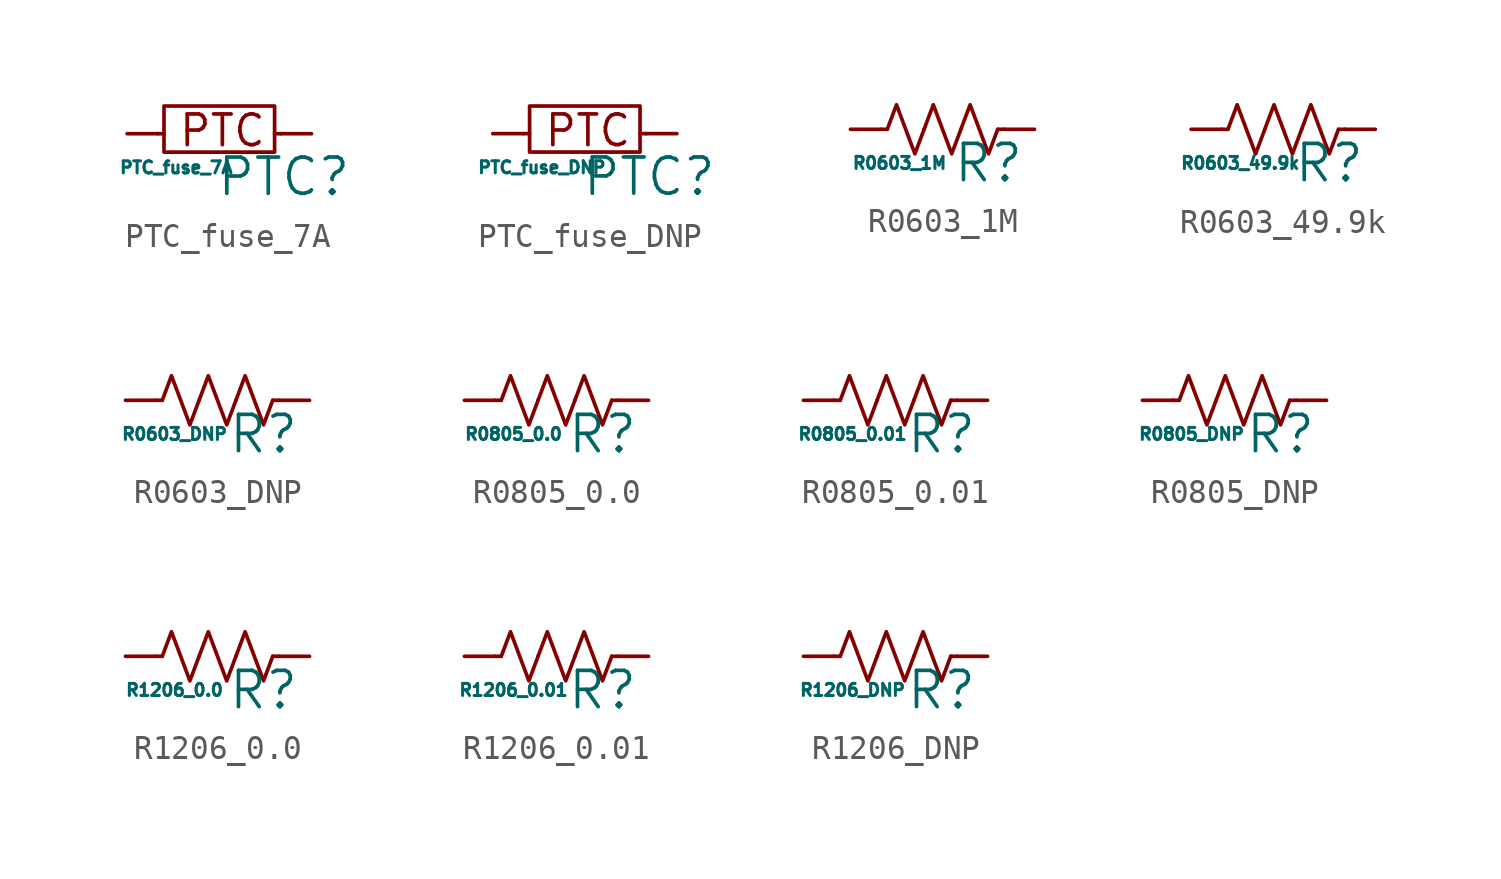
<source format=kicad_sym>
(kicad_symbol_lib
  (version 20211014)
  (generator kicad_symbol_editor)
  (symbol "PTC_fuse_7A"
    (pin_numbers hide)
    (pin_names
      (offset 0))
    (property "Reference" "PTC"
      (at 2.667 -1.778 0)
      (effects (font (size 1.5 1.5))))
    (property "Value" "PTC_fuse_7A"
      (at -1.778 -1.397 0)
      (effects (font (size 0.5 0.5))))
    (symbol "PTC_fuse_7A_0_0"
      (polyline (pts (xy -2.286 0) (xy -2.286 1.016) (xy -2.286 1.143) (xy 2.286 1.143) (xy 2.286 -0.762) (xy -2.286 -0.762) (xy -2.286 0)) (stroke (width 0) (type default) (color 0 0 0 0)) (fill (type none)))
      (text "PTC" (at 0.127 0.127 0) (effects (font (size 1.27 1.27)))))
    (symbol "PTC_fuse_7A_0_1"
      (polyline (pts (xy -2.286 0) (xy -2.54 0)) (stroke (width 0) (type default) (color 0 0 0 0)) (fill (type none)))
      (polyline (pts (xy 2.286 0) (xy 2.54 0)) (stroke (width 0) (type default) (color 0 0 0 0)) (fill (type none))))
    (symbol "PTC_fuse_7A_1_1"
      (pin passive line (at -3.81 0 0) (length 1.27) (name "~" (effects (font (size 1.27 1.27)))) (number "1" (effects (font (size 1.27 1.27)))))
      (pin passive line (at 3.81 0 180) (length 1.27) (name "~" (effects (font (size 1.27 1.27)))) (number "2" (effects (font (size 1.27 1.27)))))))
  (symbol "PTC_fuse_DNP"
    (pin_numbers hide)
    (pin_names
      (offset 0))
    (property "Reference" "PTC"
      (at 2.667 -1.778 0)
      (effects (font (size 1.5 1.5))))
    (property "Value" "PTC_fuse_DNP"
      (at -1.778 -1.397 0)
      (effects (font (size 0.5 0.5))))
    (symbol "PTC_fuse_DNP_0_0"
      (polyline (pts (xy -2.286 0) (xy -2.286 1.016) (xy -2.286 1.143) (xy 2.286 1.143) (xy 2.286 -0.762) (xy -2.286 -0.762) (xy -2.286 0)) (stroke (width 0) (type default) (color 0 0 0 0)) (fill (type none)))
      (text "PTC" (at 0.127 0.127 0) (effects (font (size 1.27 1.27)))))
    (symbol "PTC_fuse_DNP_0_1"
      (polyline (pts (xy -2.286 0) (xy -2.54 0)) (stroke (width 0) (type default) (color 0 0 0 0)) (fill (type none)))
      (polyline (pts (xy 2.286 0) (xy 2.54 0)) (stroke (width 0) (type default) (color 0 0 0 0)) (fill (type none))))
    (symbol "PTC_fuse_DNP_1_1"
      (pin passive line (at -3.81 0 0) (length 1.27) (name "~" (effects (font (size 1.27 1.27)))) (number "1" (effects (font (size 1.27 1.27)))))
      (pin passive line (at 3.81 0 180) (length 1.27) (name "~" (effects (font (size 1.27 1.27)))) (number "2" (effects (font (size 1.27 1.27)))))))
  (symbol "R0603_1M"
    (pin_numbers hide)
    (pin_names
      (offset 0))
    (property "Reference" "R"
      (at 1.905 -1.397 0)
      (effects (font (size 1.5 1.5))))
    (property "Value" "R0603_1M"
      (at -1.778 -1.397 0)
      (effects (font (size 0.5 0.5))))
    (symbol "R0603_1M_0_1"
      (polyline (pts (xy -2.286 0) (xy -2.54 0)) (stroke (width 0) (type default) (color 0 0 0 0)) (fill (type none)))
      (polyline (pts (xy 2.286 0) (xy 2.54 0)) (stroke (width 0) (type default) (color 0 0 0 0)) (fill (type none)))
      (polyline (pts (xy -2.286 0) (xy -1.905 1.016) (xy -1.524 0) (xy -1.143 -1.016) (xy -0.762 0)) (stroke (width 0) (type default) (color 0 0 0 0)) (fill (type none)))
      (polyline (pts (xy -0.762 0) (xy -0.381 1.016) (xy 0 0) (xy 0.381 -1.016) (xy 0.762 0)) (stroke (width 0) (type default) (color 0 0 0 0)) (fill (type none)))
      (polyline (pts (xy 0.762 0) (xy 1.143 1.016) (xy 1.524 0) (xy 1.905 -1.016) (xy 2.286 0)) (stroke (width 0) (type default) (color 0 0 0 0)) (fill (type none))))
    (symbol "R0603_1M_1_1"
      (pin passive line (at -3.81 0 0) (length 1.27) (name "~" (effects (font (size 1.27 1.27)))) (number "1" (effects (font (size 1.27 1.27)))))
      (pin passive line (at 3.81 0 180) (length 1.27) (name "~" (effects (font (size 1.27 1.27)))) (number "2" (effects (font (size 1.27 1.27)))))))
  (symbol "R0603_49.9k"
    (pin_numbers hide)
    (pin_names
      (offset 0))
    (property "Reference" "R"
      (at 1.905 -1.397 0)
      (effects (font (size 1.5 1.5))))
    (property "Value" "R0603_49.9k"
      (at -1.778 -1.397 0)
      (effects (font (size 0.5 0.5))))
    (symbol "R0603_49.9k_0_1"
      (polyline (pts (xy -2.286 0) (xy -2.54 0)) (stroke (width 0) (type default) (color 0 0 0 0)) (fill (type none)))
      (polyline (pts (xy 2.286 0) (xy 2.54 0)) (stroke (width 0) (type default) (color 0 0 0 0)) (fill (type none)))
      (polyline (pts (xy -2.286 0) (xy -1.905 1.016) (xy -1.524 0) (xy -1.143 -1.016) (xy -0.762 0)) (stroke (width 0) (type default) (color 0 0 0 0)) (fill (type none)))
      (polyline (pts (xy -0.762 0) (xy -0.381 1.016) (xy 0 0) (xy 0.381 -1.016) (xy 0.762 0)) (stroke (width 0) (type default) (color 0 0 0 0)) (fill (type none)))
      (polyline (pts (xy 0.762 0) (xy 1.143 1.016) (xy 1.524 0) (xy 1.905 -1.016) (xy 2.286 0)) (stroke (width 0) (type default) (color 0 0 0 0)) (fill (type none))))
    (symbol "R0603_49.9k_1_1"
      (pin passive line (at -3.81 0 0) (length 1.27) (name "~" (effects (font (size 1.27 1.27)))) (number "1" (effects (font (size 1.27 1.27)))))
      (pin passive line (at 3.81 0 180) (length 1.27) (name "~" (effects (font (size 1.27 1.27)))) (number "2" (effects (font (size 1.27 1.27)))))))
  (symbol "R0603_DNP"
    (pin_numbers hide)
    (pin_names
      (offset 0))
    (property "Reference" "R"
      (at 1.905 -1.397 0)
      (effects (font (size 1.5 1.5))))
    (property "Value" "R0603_DNP"
      (at -1.778 -1.397 0)
      (effects (font (size 0.5 0.5))))
    (symbol "R0603_DNP_0_1"
      (polyline (pts (xy -2.286 0) (xy -2.54 0)) (stroke (width 0) (type default) (color 0 0 0 0)) (fill (type none)))
      (polyline (pts (xy 2.286 0) (xy 2.54 0)) (stroke (width 0) (type default) (color 0 0 0 0)) (fill (type none)))
      (polyline (pts (xy -2.286 0) (xy -1.905 1.016) (xy -1.524 0) (xy -1.143 -1.016) (xy -0.762 0)) (stroke (width 0) (type default) (color 0 0 0 0)) (fill (type none)))
      (polyline (pts (xy -0.762 0) (xy -0.381 1.016) (xy 0 0) (xy 0.381 -1.016) (xy 0.762 0)) (stroke (width 0) (type default) (color 0 0 0 0)) (fill (type none)))
      (polyline (pts (xy 0.762 0) (xy 1.143 1.016) (xy 1.524 0) (xy 1.905 -1.016) (xy 2.286 0)) (stroke (width 0) (type default) (color 0 0 0 0)) (fill (type none))))
    (symbol "R0603_DNP_1_1"
      (pin passive line (at -3.81 0 0) (length 1.27) (name "~" (effects (font (size 1.27 1.27)))) (number "1" (effects (font (size 1.27 1.27)))))
      (pin passive line (at 3.81 0 180) (length 1.27) (name "~" (effects (font (size 1.27 1.27)))) (number "2" (effects (font (size 1.27 1.27)))))))
  (symbol "R0805_0.0"
    (pin_numbers hide)
    (pin_names
      (offset 0))
    (property "Reference" "R"
      (at 1.905 -1.397 0)
      (effects (font (size 1.5 1.5))))
    (property "Value" "R0805_0.0"
      (at -1.778 -1.397 0)
      (effects (font (size 0.5 0.5))))
    (symbol "R0805_0.0_0_1"
      (polyline (pts (xy -2.286 0) (xy -2.54 0)) (stroke (width 0) (type default) (color 0 0 0 0)) (fill (type none)))
      (polyline (pts (xy 2.286 0) (xy 2.54 0)) (stroke (width 0) (type default) (color 0 0 0 0)) (fill (type none)))
      (polyline (pts (xy -2.286 0) (xy -1.905 1.016) (xy -1.524 0) (xy -1.143 -1.016) (xy -0.762 0)) (stroke (width 0) (type default) (color 0 0 0 0)) (fill (type none)))
      (polyline (pts (xy -0.762 0) (xy -0.381 1.016) (xy 0 0) (xy 0.381 -1.016) (xy 0.762 0)) (stroke (width 0) (type default) (color 0 0 0 0)) (fill (type none)))
      (polyline (pts (xy 0.762 0) (xy 1.143 1.016) (xy 1.524 0) (xy 1.905 -1.016) (xy 2.286 0)) (stroke (width 0) (type default) (color 0 0 0 0)) (fill (type none))))
    (symbol "R0805_0.0_1_1"
      (pin passive line (at -3.81 0 0) (length 1.27) (name "~" (effects (font (size 1.27 1.27)))) (number "1" (effects (font (size 1.27 1.27)))))
      (pin passive line (at 3.81 0 180) (length 1.27) (name "~" (effects (font (size 1.27 1.27)))) (number "2" (effects (font (size 1.27 1.27)))))))
  (symbol "R0805_0.01"
    (pin_numbers hide)
    (pin_names
      (offset 0))
    (property "Reference" "R"
      (at 1.905 -1.397 0)
      (effects (font (size 1.5 1.5))))
    (property "Value" "R0805_0.01"
      (at -1.778 -1.397 0)
      (effects (font (size 0.5 0.5))))
    (symbol "R0805_0.01_0_1"
      (polyline (pts (xy -2.286 0) (xy -2.54 0)) (stroke (width 0) (type default) (color 0 0 0 0)) (fill (type none)))
      (polyline (pts (xy 2.286 0) (xy 2.54 0)) (stroke (width 0) (type default) (color 0 0 0 0)) (fill (type none)))
      (polyline (pts (xy -2.286 0) (xy -1.905 1.016) (xy -1.524 0) (xy -1.143 -1.016) (xy -0.762 0)) (stroke (width 0) (type default) (color 0 0 0 0)) (fill (type none)))
      (polyline (pts (xy -0.762 0) (xy -0.381 1.016) (xy 0 0) (xy 0.381 -1.016) (xy 0.762 0)) (stroke (width 0) (type default) (color 0 0 0 0)) (fill (type none)))
      (polyline (pts (xy 0.762 0) (xy 1.143 1.016) (xy 1.524 0) (xy 1.905 -1.016) (xy 2.286 0)) (stroke (width 0) (type default) (color 0 0 0 0)) (fill (type none))))
    (symbol "R0805_0.01_1_1"
      (pin passive line (at -3.81 0 0) (length 1.27) (name "~" (effects (font (size 1.27 1.27)))) (number "1" (effects (font (size 1.27 1.27)))))
      (pin passive line (at 3.81 0 180) (length 1.27) (name "~" (effects (font (size 1.27 1.27)))) (number "2" (effects (font (size 1.27 1.27)))))))
  (symbol "R0805_DNP"
    (pin_numbers hide)
    (pin_names
      (offset 0))
    (property "Reference" "R"
      (at 1.905 -1.397 0)
      (effects (font (size 1.5 1.5))))
    (property "Value" "R0805_DNP"
      (at -1.778 -1.397 0)
      (effects (font (size 0.5 0.5))))
    (symbol "R0805_DNP_0_1"
      (polyline (pts (xy -2.286 0) (xy -2.54 0)) (stroke (width 0) (type default) (color 0 0 0 0)) (fill (type none)))
      (polyline (pts (xy 2.286 0) (xy 2.54 0)) (stroke (width 0) (type default) (color 0 0 0 0)) (fill (type none)))
      (polyline (pts (xy -2.286 0) (xy -1.905 1.016) (xy -1.524 0) (xy -1.143 -1.016) (xy -0.762 0)) (stroke (width 0) (type default) (color 0 0 0 0)) (fill (type none)))
      (polyline (pts (xy -0.762 0) (xy -0.381 1.016) (xy 0 0) (xy 0.381 -1.016) (xy 0.762 0)) (stroke (width 0) (type default) (color 0 0 0 0)) (fill (type none)))
      (polyline (pts (xy 0.762 0) (xy 1.143 1.016) (xy 1.524 0) (xy 1.905 -1.016) (xy 2.286 0)) (stroke (width 0) (type default) (color 0 0 0 0)) (fill (type none))))
    (symbol "R0805_DNP_1_1"
      (pin passive line (at -3.81 0 0) (length 1.27) (name "~" (effects (font (size 1.27 1.27)))) (number "1" (effects (font (size 1.27 1.27)))))
      (pin passive line (at 3.81 0 180) (length 1.27) (name "~" (effects (font (size 1.27 1.27)))) (number "2" (effects (font (size 1.27 1.27)))))))
  (symbol "R1206_0.0"
    (pin_numbers hide)
    (pin_names
      (offset 0))
    (property "Reference" "R"
      (at 1.905 -1.397 0)
      (effects (font (size 1.5 1.5))))
    (property "Value" "R1206_0.0"
      (at -1.778 -1.397 0)
      (effects (font (size 0.5 0.5))))
    (symbol "R1206_0.0_0_1"
      (polyline (pts (xy -2.286 0) (xy -2.54 0)) (stroke (width 0) (type default) (color 0 0 0 0)) (fill (type none)))
      (polyline (pts (xy 2.286 0) (xy 2.54 0)) (stroke (width 0) (type default) (color 0 0 0 0)) (fill (type none)))
      (polyline (pts (xy -2.286 0) (xy -1.905 1.016) (xy -1.524 0) (xy -1.143 -1.016) (xy -0.762 0)) (stroke (width 0) (type default) (color 0 0 0 0)) (fill (type none)))
      (polyline (pts (xy -0.762 0) (xy -0.381 1.016) (xy 0 0) (xy 0.381 -1.016) (xy 0.762 0)) (stroke (width 0) (type default) (color 0 0 0 0)) (fill (type none)))
      (polyline (pts (xy 0.762 0) (xy 1.143 1.016) (xy 1.524 0) (xy 1.905 -1.016) (xy 2.286 0)) (stroke (width 0) (type default) (color 0 0 0 0)) (fill (type none))))
    (symbol "R1206_0.0_1_1"
      (pin passive line (at -3.81 0 0) (length 1.27) (name "~" (effects (font (size 1.27 1.27)))) (number "1" (effects (font (size 1.27 1.27)))))
      (pin passive line (at 3.81 0 180) (length 1.27) (name "~" (effects (font (size 1.27 1.27)))) (number "2" (effects (font (size 1.27 1.27)))))))
  (symbol "R1206_0.01"
    (pin_numbers hide)
    (pin_names
      (offset 0))
    (property "Reference" "R"
      (at 1.905 -1.397 0)
      (effects (font (size 1.5 1.5))))
    (property "Value" "R1206_0.01"
      (at -1.778 -1.397 0)
      (effects (font (size 0.5 0.5))))
    (symbol "R1206_0.01_0_1"
      (polyline (pts (xy -2.286 0) (xy -2.54 0)) (stroke (width 0) (type default) (color 0 0 0 0)) (fill (type none)))
      (polyline (pts (xy 2.286 0) (xy 2.54 0)) (stroke (width 0) (type default) (color 0 0 0 0)) (fill (type none)))
      (polyline (pts (xy -2.286 0) (xy -1.905 1.016) (xy -1.524 0) (xy -1.143 -1.016) (xy -0.762 0)) (stroke (width 0) (type default) (color 0 0 0 0)) (fill (type none)))
      (polyline (pts (xy -0.762 0) (xy -0.381 1.016) (xy 0 0) (xy 0.381 -1.016) (xy 0.762 0)) (stroke (width 0) (type default) (color 0 0 0 0)) (fill (type none)))
      (polyline (pts (xy 0.762 0) (xy 1.143 1.016) (xy 1.524 0) (xy 1.905 -1.016) (xy 2.286 0)) (stroke (width 0) (type default) (color 0 0 0 0)) (fill (type none))))
    (symbol "R1206_0.01_1_1"
      (pin passive line (at -3.81 0 0) (length 1.27) (name "~" (effects (font (size 1.27 1.27)))) (number "1" (effects (font (size 1.27 1.27)))))
      (pin passive line (at 3.81 0 180) (length 1.27) (name "~" (effects (font (size 1.27 1.27)))) (number "2" (effects (font (size 1.27 1.27)))))))
  (symbol "R1206_DNP"
    (pin_numbers hide)
    (pin_names
      (offset 0))
    (property "Reference" "R"
      (at 1.905 -1.397 0)
      (effects (font (size 1.5 1.5))))
    (property "Value" "R1206_DNP"
      (at -1.778 -1.397 0)
      (effects (font (size 0.5 0.5))))
    (symbol "R1206_DNP_0_1"
      (polyline (pts (xy -2.286 0) (xy -2.54 0)) (stroke (width 0) (type default) (color 0 0 0 0)) (fill (type none)))
      (polyline (pts (xy 2.286 0) (xy 2.54 0)) (stroke (width 0) (type default) (color 0 0 0 0)) (fill (type none)))
      (polyline (pts (xy -2.286 0) (xy -1.905 1.016) (xy -1.524 0) (xy -1.143 -1.016) (xy -0.762 0)) (stroke (width 0) (type default) (color 0 0 0 0)) (fill (type none)))
      (polyline (pts (xy -0.762 0) (xy -0.381 1.016) (xy 0 0) (xy 0.381 -1.016) (xy 0.762 0)) (stroke (width 0) (type default) (color 0 0 0 0)) (fill (type none)))
      (polyline (pts (xy 0.762 0) (xy 1.143 1.016) (xy 1.524 0) (xy 1.905 -1.016) (xy 2.286 0)) (stroke (width 0) (type default) (color 0 0 0 0)) (fill (type none))))
    (symbol "R1206_DNP_1_1"
      (pin passive line (at -3.81 0 0) (length 1.27) (name "~" (effects (font (size 1.27 1.27)))) (number "1" (effects (font (size 1.27 1.27)))))
      (pin passive line (at 3.81 0 180) (length 1.27) (name "~" (effects (font (size 1.27 1.27)))) (number "2" (effects (font (size 1.27 1.27))))))))
</source>
